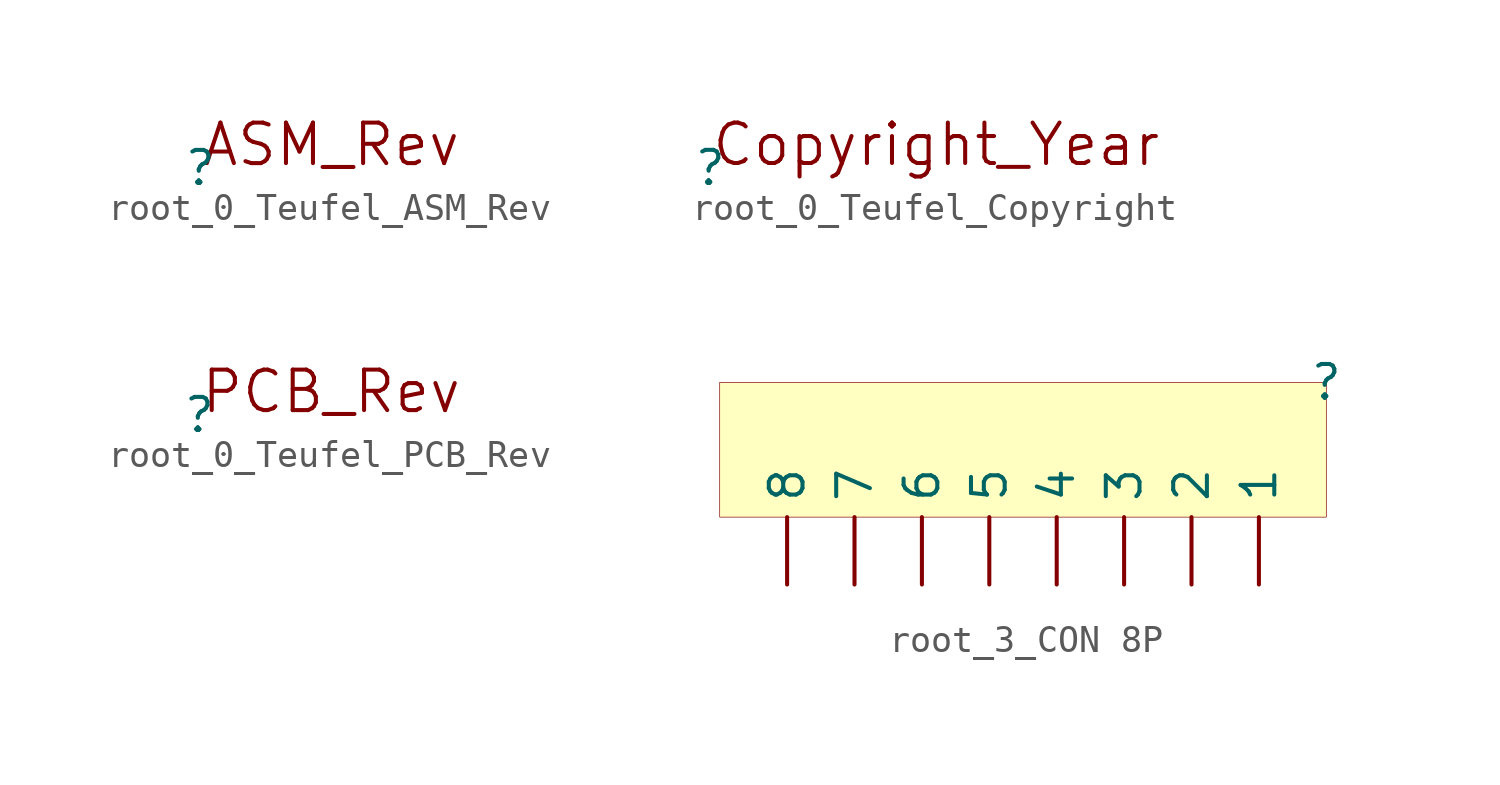
<source format=kicad_sym>
(kicad_symbol_lib
  (version 20231120)
  (generator "kicad_symbol_editor")
  (generator_version "8.0")
  (symbol "root_0_Teufel_ASM_Rev"
    (property "Reference" ""
      (at 0 0 0)
      (effects (font (size 1.27 1.27))))
    (property "Value" ""
      (at 0 0 0)
      (effects (font (size 1.27 1.27))))
    (symbol "root_0_Teufel_ASM_Rev_1_0"
      (text "ASM_Rev" (at 0 0 0) (effects (font (size 1.524 1.524)) (justify left bottom)))))
  (symbol "root_0_Teufel_Copyright"
    (property "Reference" ""
      (at 0 0 0)
      (effects (font (size 1.27 1.27))))
    (property "Value" ""
      (at 0 0 0)
      (effects (font (size 1.27 1.27))))
    (symbol "root_0_Teufel_Copyright_1_0"
      (text "Copyright_Year" (at 0 0 0) (effects (font (size 1.524 1.524)) (justify left bottom)))))
  (symbol "root_0_Teufel_PCB_Rev"
    (property "Reference" ""
      (at 0 0 0)
      (effects (font (size 1.27 1.27))))
    (property "Value" ""
      (at 0 0 0)
      (effects (font (size 1.27 1.27))))
    (symbol "root_0_Teufel_PCB_Rev_1_0"
      (text "PCB_Rev" (at 0 0 0) (effects (font (size 1.524 1.524)) (justify left bottom)))))
  (symbol "root_3_CON 8P"
    (property "Reference" ""
      (at 0 0 0)
      (effects (font (size 1.27 1.27))))
    (property "Value" ""
      (at 0 0 0)
      (effects (font (size 1.27 1.27))))
    (symbol "root_3_CON 8P_1_0"
      (rectangle (start 0 0) (end -22.86 -5.08) (stroke (width 0.025) (type solid) (color 128 0 0 1)) (fill (type background)))
      (pin passive line (at -2.54 -7.62 90) (length 2.54) (name "1" (effects (font (size 1.27 1.27)))) (number "1" (effects (font (size 0 0)))))
      (pin passive line (at -5.08 -7.62 90) (length 2.54) (name "2" (effects (font (size 1.27 1.27)))) (number "2" (effects (font (size 0 0)))))
      (pin passive line (at -7.62 -7.62 90) (length 2.54) (name "3" (effects (font (size 1.27 1.27)))) (number "3" (effects (font (size 0 0)))))
      (pin passive line (at -10.16 -7.62 90) (length 2.54) (name "4" (effects (font (size 1.27 1.27)))) (number "4" (effects (font (size 0 0)))))
      (pin passive line (at -12.7 -7.62 90) (length 2.54) (name "5" (effects (font (size 1.27 1.27)))) (number "5" (effects (font (size 0 0)))))
      (pin passive line (at -15.24 -7.62 90) (length 2.54) (name "6" (effects (font (size 1.27 1.27)))) (number "6" (effects (font (size 0 0)))))
      (pin passive line (at -17.78 -7.62 90) (length 2.54) (name "7" (effects (font (size 1.27 1.27)))) (number "7" (effects (font (size 0 0)))))
      (pin passive line (at -20.32 -7.62 90) (length 2.54) (name "8" (effects (font (size 1.27 1.27)))) (number "8" (effects (font (size 0 0))))))))
</source>
